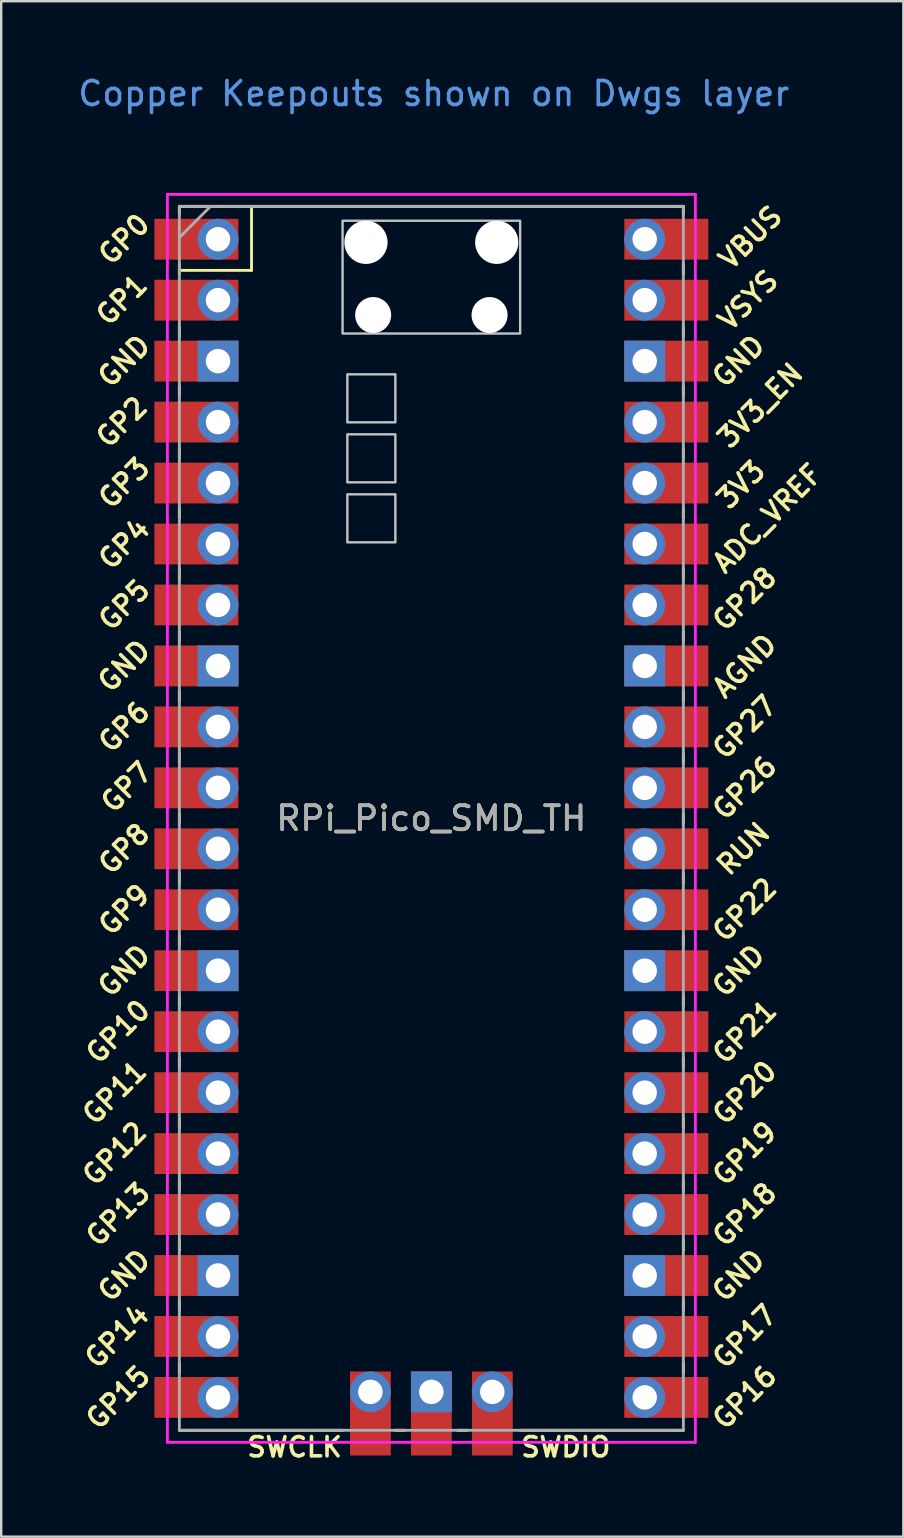
<source format=kicad_pcb>
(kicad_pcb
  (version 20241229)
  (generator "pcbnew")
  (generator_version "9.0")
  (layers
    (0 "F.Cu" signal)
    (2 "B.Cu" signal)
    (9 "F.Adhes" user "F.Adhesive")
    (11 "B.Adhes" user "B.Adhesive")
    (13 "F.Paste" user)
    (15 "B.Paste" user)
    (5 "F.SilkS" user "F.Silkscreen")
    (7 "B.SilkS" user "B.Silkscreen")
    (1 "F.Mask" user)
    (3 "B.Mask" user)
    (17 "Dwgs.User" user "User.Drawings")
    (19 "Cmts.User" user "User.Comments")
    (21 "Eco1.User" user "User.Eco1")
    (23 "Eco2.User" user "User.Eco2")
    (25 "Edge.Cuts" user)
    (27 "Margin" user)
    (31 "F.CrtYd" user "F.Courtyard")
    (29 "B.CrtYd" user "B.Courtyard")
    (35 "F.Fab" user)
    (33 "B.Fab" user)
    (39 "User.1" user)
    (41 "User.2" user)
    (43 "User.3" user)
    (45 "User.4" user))
  (footprint "RPi_Pico_SMD_TH"
    (layer "F.Cu")
    (at 14.924 31.048)
    (property "Reference" "RPi_Pico_SMD_TH" (at 0 0 0) (layer "F.SilkS") (effects (font (size 1 1) (thickness 0.15))))
    (attr through_hole)
    (fp_line (start -10.5 -25.5) (end -10.5 -25.2) (stroke (width 0.12) (type solid)) (layer "F.SilkS"))
    (fp_line (start -10.5 -25.5) (end 10.5 -25.5) (stroke (width 0.12) (type solid)) (layer "F.SilkS"))
    (fp_line (start -10.5 -23.1) (end -10.5 -22.7) (stroke (width 0.12) (type solid)) (layer "F.SilkS"))
    (fp_line (start -10.5 -22.833) (end -7.493 -22.833) (stroke (width 0.12) (type solid)) (layer "F.SilkS"))
    (fp_line (start -10.5 -20.5) (end -10.5 -20.1) (stroke (width 0.12) (type solid)) (layer "F.SilkS"))
    (fp_line (start -10.5 -18) (end -10.5 -17.6) (stroke (width 0.12) (type solid)) (layer "F.SilkS"))
    (fp_line (start -10.5 -15.4) (end -10.5 -15) (stroke (width 0.12) (type solid)) (layer "F.SilkS"))
    (fp_line (start -10.5 -12.9) (end -10.5 -12.5) (stroke (width 0.12) (type solid)) (layer "F.SilkS"))
    (fp_line (start -10.5 -10.4) (end -10.5 -10) (stroke (width 0.12) (type solid)) (layer "F.SilkS"))
    (fp_line (start -10.5 -7.8) (end -10.5 -7.4) (stroke (width 0.12) (type solid)) (layer "F.SilkS"))
    (fp_line (start -10.5 -5.3) (end -10.5 -4.9) (stroke (width 0.12) (type solid)) (layer "F.SilkS"))
    (fp_line (start -10.5 -2.7) (end -10.5 -2.3) (stroke (width 0.12) (type solid)) (layer "F.SilkS"))
    (fp_line (start -10.5 -0.2) (end -10.5 0.2) (stroke (width 0.12) (type solid)) (layer "F.SilkS"))
    (fp_line (start -10.5 2.3) (end -10.5 2.7) (stroke (width 0.12) (type solid)) (layer "F.SilkS"))
    (fp_line (start -10.5 4.9) (end -10.5 5.3) (stroke (width 0.12) (type solid)) (layer "F.SilkS"))
    (fp_line (start -10.5 7.4) (end -10.5 7.8) (stroke (width 0.12) (type solid)) (layer "F.SilkS"))
    (fp_line (start -10.5 10) (end -10.5 10.4) (stroke (width 0.12) (type solid)) (layer "F.SilkS"))
    (fp_line (start -10.5 12.5) (end -10.5 12.9) (stroke (width 0.12) (type solid)) (layer "F.SilkS"))
    (fp_line (start -10.5 15.1) (end -10.5 15.5) (stroke (width 0.12) (type solid)) (layer "F.SilkS"))
    (fp_line (start -10.5 17.6) (end -10.5 18) (stroke (width 0.12) (type solid)) (layer "F.SilkS"))
    (fp_line (start -10.5 20.1) (end -10.5 20.5) (stroke (width 0.12) (type solid)) (layer "F.SilkS"))
    (fp_line (start -10.5 22.7) (end -10.5 23.1) (stroke (width 0.12) (type solid)) (layer "F.SilkS"))
    (fp_line (start -7.493 -22.833) (end -7.493 -25.5) (stroke (width 0.12) (type solid)) (layer "F.SilkS"))
    (fp_line (start -3.7 25.5) (end -10.5 25.5) (stroke (width 0.12) (type solid)) (layer "F.SilkS"))
    (fp_line (start -1.5 25.5) (end -1.1 25.5) (stroke (width 0.12) (type solid)) (layer "F.SilkS"))
    (fp_line (start 1.1 25.5) (end 1.5 25.5) (stroke (width 0.12) (type solid)) (layer "F.SilkS"))
    (fp_line (start 10.5 -25.5) (end 10.5 -25.2) (stroke (width 0.12) (type solid)) (layer "F.SilkS"))
    (fp_line (start 10.5 -23.1) (end 10.5 -22.7) (stroke (width 0.12) (type solid)) (layer "F.SilkS"))
    (fp_line (start 10.5 -20.5) (end 10.5 -20.1) (stroke (width 0.12) (type solid)) (layer "F.SilkS"))
    (fp_line (start 10.5 -18) (end 10.5 -17.6) (stroke (width 0.12) (type solid)) (layer "F.SilkS"))
    (fp_line (start 10.5 -15.4) (end 10.5 -15) (stroke (width 0.12) (type solid)) (layer "F.SilkS"))
    (fp_line (start 10.5 -12.9) (end 10.5 -12.5) (stroke (width 0.12) (type solid)) (layer "F.SilkS"))
    (fp_line (start 10.5 -10.4) (end 10.5 -10) (stroke (width 0.12) (type solid)) (layer "F.SilkS"))
    (fp_line (start 10.5 -7.8) (end 10.5 -7.4) (stroke (width 0.12) (type solid)) (layer "F.SilkS"))
    (fp_line (start 10.5 -5.3) (end 10.5 -4.9) (stroke (width 0.12) (type solid)) (layer "F.SilkS"))
    (fp_line (start 10.5 -2.7) (end 10.5 -2.3) (stroke (width 0.12) (type solid)) (layer "F.SilkS"))
    (fp_line (start 10.5 -0.2) (end 10.5 0.2) (stroke (width 0.12) (type solid)) (layer "F.SilkS"))
    (fp_line (start 10.5 2.3) (end 10.5 2.7) (stroke (width 0.12) (type solid)) (layer "F.SilkS"))
    (fp_line (start 10.5 4.9) (end 10.5 5.3) (stroke (width 0.12) (type solid)) (layer "F.SilkS"))
    (fp_line (start 10.5 7.4) (end 10.5 7.8) (stroke (width 0.12) (type solid)) (layer "F.SilkS"))
    (fp_line (start 10.5 10) (end 10.5 10.4) (stroke (width 0.12) (type solid)) (layer "F.SilkS"))
    (fp_line (start 10.5 12.5) (end 10.5 12.9) (stroke (width 0.12) (type solid)) (layer "F.SilkS"))
    (fp_line (start 10.5 15.1) (end 10.5 15.5) (stroke (width 0.12) (type solid)) (layer "F.SilkS"))
    (fp_line (start 10.5 17.6) (end 10.5 18) (stroke (width 0.12) (type solid)) (layer "F.SilkS"))
    (fp_line (start 10.5 20.1) (end 10.5 20.5) (stroke (width 0.12) (type solid)) (layer "F.SilkS"))
    (fp_line (start 10.5 22.7) (end 10.5 23.1) (stroke (width 0.12) (type solid)) (layer "F.SilkS"))
    (fp_line (start 10.5 25.5) (end 3.7 25.5) (stroke (width 0.12) (type solid)) (layer "F.SilkS"))
    (fp_poly (pts (xy -1.5 -16.5) (xy -3.5 -16.5) (xy -3.5 -18.5) (xy -1.5 -18.5)) (stroke (width 0.1) (type solid)) (fill no) (layer "Dwgs.User"))
    (fp_poly (pts (xy -1.5 -14) (xy -3.5 -14) (xy -3.5 -16) (xy -1.5 -16)) (stroke (width 0.1) (type solid)) (fill no) (layer "Dwgs.User"))
    (fp_poly (pts (xy -1.5 -11.5) (xy -3.5 -11.5) (xy -3.5 -13.5) (xy -1.5 -13.5)) (stroke (width 0.1) (type solid)) (fill no) (layer "Dwgs.User"))
    (fp_poly (pts (xy 3.7 -20.2) (xy -3.7 -20.2) (xy -3.7 -24.9) (xy 3.7 -24.9)) (stroke (width 0.1) (type solid)) (fill no) (layer "Dwgs.User"))
    (fp_line (start -11 -26) (end 11 -26) (stroke (width 0.12) (type solid)) (layer "F.CrtYd"))
    (fp_line (start -11 26) (end -11 -26) (stroke (width 0.12) (type solid)) (layer "F.CrtYd"))
    (fp_line (start 11 -26) (end 11 26) (stroke (width 0.12) (type solid)) (layer "F.CrtYd"))
    (fp_line (start 11 26) (end -11 26) (stroke (width 0.12) (type solid)) (layer "F.CrtYd"))
    (fp_line (start -10.5 -25.5) (end 10.5 -25.5) (stroke (width 0.12) (type solid)) (layer "F.Fab"))
    (fp_line (start -10.5 -24.2) (end -9.2 -25.5) (stroke (width 0.12) (type solid)) (layer "F.Fab"))
    (fp_line (start -10.5 25.5) (end -10.5 -25.5) (stroke (width 0.12) (type solid)) (layer "F.Fab"))
    (fp_line (start 10.5 -25.5) (end 10.5 25.5) (stroke (width 0.12) (type solid)) (layer "F.Fab"))
    (fp_line (start 10.5 25.5) (end -10.5 25.5) (stroke (width 0.12) (type solid)) (layer "F.Fab"))
    (fp_text user "GP8" (at -12.8 1.27 45) (layer "F.SilkS") (effects (font (size 0.8 0.8) (thickness 0.15))))
    (fp_text user "GND" (at 12.8 19.05 45) (layer "F.SilkS") (effects (font (size 0.8 0.8) (thickness 0.15))))
    (fp_text user "GP10" (at -13.054 8.89 45) (layer "F.SilkS") (effects (font (size 0.8 0.8) (thickness 0.15))))
    (fp_text user "GP3" (at -12.8 -13.97 45) (layer "F.SilkS") (effects (font (size 0.8 0.8) (thickness 0.15))))
    (fp_text user "GP15" (at -13.054 24.13 45) (layer "F.SilkS") (effects (font (size 0.8 0.8) (thickness 0.15))))
    (fp_text user "GP21" (at 13.054 8.9 45) (layer "F.SilkS") (effects (font (size 0.8 0.8) (thickness 0.15))))
    (fp_text user "GP18" (at 13.054 16.51 45) (layer "F.SilkS") (effects (font (size 0.8 0.8) (thickness 0.15))))
    (fp_text user "GP28" (at 13.054 -9.144 45) (layer "F.SilkS") (effects (font (size 0.8 0.8) (thickness 0.15))))
    (fp_text user "GP4" (at -12.8 -11.43 45) (layer "F.SilkS") (effects (font (size 0.8 0.8) (thickness 0.15))))
    (fp_text user "GP27" (at 13.054 -3.8 45) (layer "F.SilkS") (effects (font (size 0.8 0.8) (thickness 0.15))))
    (fp_text user "GP20" (at 13.054 11.43 45) (layer "F.SilkS") (effects (font (size 0.8 0.8) (thickness 0.15))))
    (fp_text user "RUN" (at 13 1.27 45) (layer "F.SilkS") (effects (font (size 0.8 0.8) (thickness 0.15))))
    (fp_text user "GP13" (at -13.054 16.51 45) (layer "F.SilkS") (effects (font (size 0.8 0.8) (thickness 0.15))))
    (fp_text user "GP12" (at -13.2 13.97 45) (layer "F.SilkS") (effects (font (size 0.8 0.8) (thickness 0.15))))
    (fp_text user "GND" (at 12.8 -19.05 45) (layer "F.SilkS") (effects (font (size 0.8 0.8) (thickness 0.15))))
    (fp_text user "GP16" (at 13.054 24.13 45) (layer "F.SilkS") (effects (font (size 0.8 0.8) (thickness 0.15))))
    (fp_text user "GP5" (at -12.8 -8.89 45) (layer "F.SilkS") (effects (font (size 0.8 0.8) (thickness 0.15))))
    (fp_text user "GP6" (at -12.8 -3.81 45) (layer "F.SilkS") (effects (font (size 0.8 0.8) (thickness 0.15))))
    (fp_text user "GP0" (at -12.8 -24.13 45) (layer "F.SilkS") (effects (font (size 0.8 0.8) (thickness 0.15))))
    (fp_text user "GP22" (at 13.054 3.81 45) (layer "F.SilkS") (effects (font (size 0.8 0.8) (thickness 0.15))))
    (fp_text user "GND" (at -12.8 19.05 45) (layer "F.SilkS") (effects (font (size 0.8 0.8) (thickness 0.15))))
    (fp_text user "SWDIO" (at 5.6 26.2 0) (layer "F.SilkS") (effects (font (size 0.8 0.8) (thickness 0.15))))
    (fp_text user "GP19" (at 13.054 13.97 45) (layer "F.SilkS") (effects (font (size 0.8 0.8) (thickness 0.15))))
    (fp_text user "GND" (at -12.8 6.35 45) (layer "F.SilkS") (effects (font (size 0.8 0.8) (thickness 0.15))))
    (fp_text user "GP7" (at -12.7 -1.3 45) (layer "F.SilkS") (effects (font (size 0.8 0.8) (thickness 0.15))))
    (fp_text user "GP17" (at 13.054 21.59 45) (layer "F.SilkS") (effects (font (size 0.8 0.8) (thickness 0.15))))
    (fp_text user "GP2" (at -12.9 -16.51 45) (layer "F.SilkS") (effects (font (size 0.8 0.8) (thickness 0.15))))
    (fp_text user "GND" (at 12.8 6.35 45) (layer "F.SilkS") (effects (font (size 0.8 0.8) (thickness 0.15))))
    (fp_text user "VSYS" (at 13.2 -21.59 45) (layer "F.SilkS") (effects (font (size 0.8 0.8) (thickness 0.15))))
    (fp_text user "SWCLK" (at -5.7 26.2 0) (layer "F.SilkS") (effects (font (size 0.8 0.8) (thickness 0.15))))
    (fp_text user "AGND" (at 13.054 -6.35 45) (layer "F.SilkS") (effects (font (size 0.8 0.8) (thickness 0.15))))
    (fp_text user "GP9" (at -12.8 3.81 45) (layer "F.SilkS") (effects (font (size 0.8 0.8) (thickness 0.15))))
    (fp_text user "GP11" (at -13.2 11.43 45) (layer "F.SilkS") (effects (font (size 0.8 0.8) (thickness 0.15))))
    (fp_text user "VBUS" (at 13.3 -24.2 45) (layer "F.SilkS") (effects (font (size 0.8 0.8) (thickness 0.15))))
    (fp_text user "GP1" (at -12.9 -21.6 45) (layer "F.SilkS") (effects (font (size 0.8 0.8) (thickness 0.15))))
    (fp_text user "GND" (at -12.8 -6.35 45) (layer "F.SilkS") (effects (font (size 0.8 0.8) (thickness 0.15))))
    (fp_text user "ADC_VREF" (at 14 -12.5 45) (layer "F.SilkS") (effects (font (size 0.8 0.8) (thickness 0.15))))
    (fp_text user "GP26" (at 13.054 -1.27 45) (layer "F.SilkS") (effects (font (size 0.8 0.8) (thickness 0.15))))
    (fp_text user "3V3_EN" (at 13.7 -17.2 45) (layer "F.SilkS") (effects (font (size 0.8 0.8) (thickness 0.15))))
    (fp_text user "GND" (at -12.8 -19.05 45) (layer "F.SilkS") (effects (font (size 0.8 0.8) (thickness 0.15))))
    (fp_text user "GP14" (at -13.1 21.59 45) (layer "F.SilkS") (effects (font (size 0.8 0.8) (thickness 0.15))))
    (fp_text user "3V3" (at 12.9 -13.9 45) (layer "F.SilkS") (effects (font (size 0.8 0.8) (thickness 0.15))))
    (fp_text user "Copper Keepouts shown on Dwgs layer" (at 0.1 -30.2 0) (layer "Cmts.User") (effects (font (size 1 1) (thickness 0.15))))
    (fp_text user "${REFERENCE}" (at 0 0 180) (layer "F.Fab") (effects (font (size 1 1) (thickness 0.15))))
    (pad "" np_thru_hole oval (at -2.725 -24) (size 1.8 1.8) (drill 1.8) (layers "*.Cu" "*.Mask"))
    (pad "" np_thru_hole oval (at -2.425 -20.97) (size 1.5 1.5) (drill 1.5) (layers "*.Cu" "*.Mask"))
    (pad "" np_thru_hole oval (at 2.425 -20.97) (size 1.5 1.5) (drill 1.5) (layers "*.Cu" "*.Mask"))
    (pad "" np_thru_hole oval (at 2.725 -24) (size 1.8 1.8) (drill 1.8) (layers "*.Cu" "*.Mask"))
    (pad "1" thru_hole oval (at -8.89 -24.13) (size 1.7 1.7) (drill 1.02) (layers "*.Cu" "*.Mask"))
    (pad "1" smd rect (at -8.89 -24.13) (size 3.5 1.7) (drill (offset -0.9 0)) (layers "F.Cu" "F.Mask"))
    (pad "2" thru_hole oval (at -8.89 -21.59) (size 1.7 1.7) (drill 1.02) (layers "*.Cu" "*.Mask"))
    (pad "2" smd rect (at -8.89 -21.59) (size 3.5 1.7) (drill (offset -0.9 0)) (layers "F.Cu" "F.Mask"))
    (pad "3" thru_hole rect (at -8.89 -19.05) (size 1.7 1.7) (drill 1.02) (layers "*.Cu" "*.Mask"))
    (pad "3" smd rect (at -8.89 -19.05) (size 3.5 1.7) (drill (offset -0.9 0)) (layers "F.Cu" "F.Mask"))
    (pad "4" thru_hole oval (at -8.89 -16.51) (size 1.7 1.7) (drill 1.02) (layers "*.Cu" "*.Mask"))
    (pad "4" smd rect (at -8.89 -16.51) (size 3.5 1.7) (drill (offset -0.9 0)) (layers "F.Cu" "F.Mask"))
    (pad "5" thru_hole oval (at -8.89 -13.97) (size 1.7 1.7) (drill 1.02) (layers "*.Cu" "*.Mask"))
    (pad "5" smd rect (at -8.89 -13.97) (size 3.5 1.7) (drill (offset -0.9 0)) (layers "F.Cu" "F.Mask"))
    (pad "6" thru_hole oval (at -8.89 -11.43) (size 1.7 1.7) (drill 1.02) (layers "*.Cu" "*.Mask"))
    (pad "6" smd rect (at -8.89 -11.43) (size 3.5 1.7) (drill (offset -0.9 0)) (layers "F.Cu" "F.Mask"))
    (pad "7" thru_hole oval (at -8.89 -8.89) (size 1.7 1.7) (drill 1.02) (layers "*.Cu" "*.Mask"))
    (pad "7" smd rect (at -8.89 -8.89) (size 3.5 1.7) (drill (offset -0.9 0)) (layers "F.Cu" "F.Mask"))
    (pad "8" thru_hole rect (at -8.89 -6.35) (size 1.7 1.7) (drill 1.02) (layers "*.Cu" "*.Mask"))
    (pad "8" smd rect (at -8.89 -6.35) (size 3.5 1.7) (drill (offset -0.9 0)) (layers "F.Cu" "F.Mask"))
    (pad "9" thru_hole oval (at -8.89 -3.81) (size 1.7 1.7) (drill 1.02) (layers "*.Cu" "*.Mask"))
    (pad "9" smd rect (at -8.89 -3.81) (size 3.5 1.7) (drill (offset -0.9 0)) (layers "F.Cu" "F.Mask"))
    (pad "10" thru_hole oval (at -8.89 -1.27) (size 1.7 1.7) (drill 1.02) (layers "*.Cu" "*.Mask"))
    (pad "10" smd rect (at -8.89 -1.27) (size 3.5 1.7) (drill (offset -0.9 0)) (layers "F.Cu" "F.Mask"))
    (pad "11" thru_hole oval (at -8.89 1.27) (size 1.7 1.7) (drill 1.02) (layers "*.Cu" "*.Mask"))
    (pad "11" smd rect (at -8.89 1.27) (size 3.5 1.7) (drill (offset -0.9 0)) (layers "F.Cu" "F.Mask"))
    (pad "12" thru_hole oval (at -8.89 3.81) (size 1.7 1.7) (drill 1.02) (layers "*.Cu" "*.Mask"))
    (pad "12" smd rect (at -8.89 3.81) (size 3.5 1.7) (drill (offset -0.9 0)) (layers "F.Cu" "F.Mask"))
    (pad "13" thru_hole rect (at -8.89 6.35) (size 1.7 1.7) (drill 1.02) (layers "*.Cu" "*.Mask"))
    (pad "13" smd rect (at -8.89 6.35) (size 3.5 1.7) (drill (offset -0.9 0)) (layers "F.Cu" "F.Mask"))
    (pad "14" thru_hole oval (at -8.89 8.89) (size 1.7 1.7) (drill 1.02) (layers "*.Cu" "*.Mask"))
    (pad "14" smd rect (at -8.89 8.89) (size 3.5 1.7) (drill (offset -0.9 0)) (layers "F.Cu" "F.Mask"))
    (pad "15" thru_hole oval (at -8.89 11.43) (size 1.7 1.7) (drill 1.02) (layers "*.Cu" "*.Mask"))
    (pad "15" smd rect (at -8.89 11.43) (size 3.5 1.7) (drill (offset -0.9 0)) (layers "F.Cu" "F.Mask"))
    (pad "16" thru_hole oval (at -8.89 13.97) (size 1.7 1.7) (drill 1.02) (layers "*.Cu" "*.Mask"))
    (pad "16" smd rect (at -8.89 13.97) (size 3.5 1.7) (drill (offset -0.9 0)) (layers "F.Cu" "F.Mask"))
    (pad "17" thru_hole oval (at -8.89 16.51) (size 1.7 1.7) (drill 1.02) (layers "*.Cu" "*.Mask"))
    (pad "17" smd rect (at -8.89 16.51) (size 3.5 1.7) (drill (offset -0.9 0)) (layers "F.Cu" "F.Mask"))
    (pad "18" thru_hole rect (at -8.89 19.05) (size 1.7 1.7) (drill 1.02) (layers "*.Cu" "*.Mask"))
    (pad "18" smd rect (at -8.89 19.05) (size 3.5 1.7) (drill (offset -0.9 0)) (layers "F.Cu" "F.Mask"))
    (pad "19" thru_hole oval (at -8.89 21.59) (size 1.7 1.7) (drill 1.02) (layers "*.Cu" "*.Mask"))
    (pad "19" smd rect (at -8.89 21.59) (size 3.5 1.7) (drill (offset -0.9 0)) (layers "F.Cu" "F.Mask"))
    (pad "20" thru_hole oval (at -8.89 24.13) (size 1.7 1.7) (drill 1.02) (layers "*.Cu" "*.Mask"))
    (pad "20" smd rect (at -8.89 24.13) (size 3.5 1.7) (drill (offset -0.9 0)) (layers "F.Cu" "F.Mask"))
    (pad "21" thru_hole oval (at 8.89 24.13) (size 1.7 1.7) (drill 1.02) (layers "*.Cu" "*.Mask"))
    (pad "21" smd rect (at 8.89 24.13) (size 3.5 1.7) (drill (offset 0.9 0)) (layers "F.Cu" "F.Mask"))
    (pad "22" thru_hole oval (at 8.89 21.59) (size 1.7 1.7) (drill 1.02) (layers "*.Cu" "*.Mask"))
    (pad "22" smd rect (at 8.89 21.59) (size 3.5 1.7) (drill (offset 0.9 0)) (layers "F.Cu" "F.Mask"))
    (pad "23" thru_hole rect (at 8.89 19.05) (size 1.7 1.7) (drill 1.02) (layers "*.Cu" "*.Mask"))
    (pad "23" smd rect (at 8.89 19.05) (size 3.5 1.7) (drill (offset 0.9 0)) (layers "F.Cu" "F.Mask"))
    (pad "24" thru_hole oval (at 8.89 16.51) (size 1.7 1.7) (drill 1.02) (layers "*.Cu" "*.Mask"))
    (pad "24" smd rect (at 8.89 16.51) (size 3.5 1.7) (drill (offset 0.9 0)) (layers "F.Cu" "F.Mask"))
    (pad "25" thru_hole oval (at 8.89 13.97) (size 1.7 1.7) (drill 1.02) (layers "*.Cu" "*.Mask"))
    (pad "25" smd rect (at 8.89 13.97) (size 3.5 1.7) (drill (offset 0.9 0)) (layers "F.Cu" "F.Mask"))
    (pad "26" thru_hole oval (at 8.89 11.43) (size 1.7 1.7) (drill 1.02) (layers "*.Cu" "*.Mask"))
    (pad "26" smd rect (at 8.89 11.43) (size 3.5 1.7) (drill (offset 0.9 0)) (layers "F.Cu" "F.Mask"))
    (pad "27" thru_hole oval (at 8.89 8.89) (size 1.7 1.7) (drill 1.02) (layers "*.Cu" "*.Mask"))
    (pad "27" smd rect (at 8.89 8.89) (size 3.5 1.7) (drill (offset 0.9 0)) (layers "F.Cu" "F.Mask"))
    (pad "28" thru_hole rect (at 8.89 6.35) (size 1.7 1.7) (drill 1.02) (layers "*.Cu" "*.Mask"))
    (pad "28" smd rect (at 8.89 6.35) (size 3.5 1.7) (drill (offset 0.9 0)) (layers "F.Cu" "F.Mask"))
    (pad "29" thru_hole oval (at 8.89 3.81) (size 1.7 1.7) (drill 1.02) (layers "*.Cu" "*.Mask"))
    (pad "29" smd rect (at 8.89 3.81) (size 3.5 1.7) (drill (offset 0.9 0)) (layers "F.Cu" "F.Mask"))
    (pad "30" thru_hole oval (at 8.89 1.27) (size 1.7 1.7) (drill 1.02) (layers "*.Cu" "*.Mask"))
    (pad "30" smd rect (at 8.89 1.27) (size 3.5 1.7) (drill (offset 0.9 0)) (layers "F.Cu" "F.Mask"))
    (pad "31" thru_hole oval (at 8.89 -1.27) (size 1.7 1.7) (drill 1.02) (layers "*.Cu" "*.Mask"))
    (pad "31" smd rect (at 8.89 -1.27) (size 3.5 1.7) (drill (offset 0.9 0)) (layers "F.Cu" "F.Mask"))
    (pad "32" thru_hole oval (at 8.89 -3.81) (size 1.7 1.7) (drill 1.02) (layers "*.Cu" "*.Mask"))
    (pad "32" smd rect (at 8.89 -3.81) (size 3.5 1.7) (drill (offset 0.9 0)) (layers "F.Cu" "F.Mask"))
    (pad "33" thru_hole rect (at 8.89 -6.35) (size 1.7 1.7) (drill 1.02) (layers "*.Cu" "*.Mask"))
    (pad "33" smd rect (at 8.89 -6.35) (size 3.5 1.7) (drill (offset 0.9 0)) (layers "F.Cu" "F.Mask"))
    (pad "34" thru_hole oval (at 8.89 -8.89) (size 1.7 1.7) (drill 1.02) (layers "*.Cu" "*.Mask"))
    (pad "34" smd rect (at 8.89 -8.89) (size 3.5 1.7) (drill (offset 0.9 0)) (layers "F.Cu" "F.Mask"))
    (pad "35" thru_hole oval (at 8.89 -11.43) (size 1.7 1.7) (drill 1.02) (layers "*.Cu" "*.Mask"))
    (pad "35" smd rect (at 8.89 -11.43) (size 3.5 1.7) (drill (offset 0.9 0)) (layers "F.Cu" "F.Mask"))
    (pad "36" thru_hole oval (at 8.89 -13.97) (size 1.7 1.7) (drill 1.02) (layers "*.Cu" "*.Mask"))
    (pad "36" smd rect (at 8.89 -13.97) (size 3.5 1.7) (drill (offset 0.9 0)) (layers "F.Cu" "F.Mask"))
    (pad "37" thru_hole oval (at 8.89 -16.51) (size 1.7 1.7) (drill 1.02) (layers "*.Cu" "*.Mask"))
    (pad "37" smd rect (at 8.89 -16.51) (size 3.5 1.7) (drill (offset 0.9 0)) (layers "F.Cu" "F.Mask"))
    (pad "38" thru_hole rect (at 8.89 -19.05) (size 1.7 1.7) (drill 1.02) (layers "*.Cu" "*.Mask"))
    (pad "38" smd rect (at 8.89 -19.05) (size 3.5 1.7) (drill (offset 0.9 0)) (layers "F.Cu" "F.Mask"))
    (pad "39" thru_hole oval (at 8.89 -21.59) (size 1.7 1.7) (drill 1.02) (layers "*.Cu" "*.Mask"))
    (pad "39" smd rect (at 8.89 -21.59) (size 3.5 1.7) (drill (offset 0.9 0)) (layers "F.Cu" "F.Mask"))
    (pad "40" thru_hole oval (at 8.89 -24.13) (size 1.7 1.7) (drill 1.02) (layers "*.Cu" "*.Mask"))
    (pad "40" smd rect (at 8.89 -24.13) (size 3.5 1.7) (drill (offset 0.9 0)) (layers "F.Cu" "F.Mask"))
    (pad "41" thru_hole oval (at -2.54 23.9) (size 1.7 1.7) (drill 1.02) (layers "*.Cu" "*.Mask"))
    (pad "41" smd rect (at -2.54 23.9 90) (size 3.5 1.7) (drill (offset -0.9 0)) (layers "F.Cu" "F.Mask"))
    (pad "42" thru_hole rect (at 0 23.9) (size 1.7 1.7) (drill 1.02) (layers "*.Cu" "*.Mask"))
    (pad "42" smd rect (at 0 23.9 90) (size 3.5 1.7) (drill (offset -0.9 0)) (layers "F.Cu" "F.Mask"))
    (pad "43" thru_hole oval (at 2.54 23.9) (size 1.7 1.7) (drill 1.02) (layers "*.Cu" "*.Mask"))
    (pad "43" smd rect (at 2.54 23.9 90) (size 3.5 1.7) (drill (offset -0.9 0)) (layers "F.Cu" "F.Mask")))
  (gr_rect
    (start -3 -3)
    (end 34.591 60.98)
    (stroke (width 0.1) (type default))
    (fill no)
    (layer "Edge.Cuts")))
</source>
